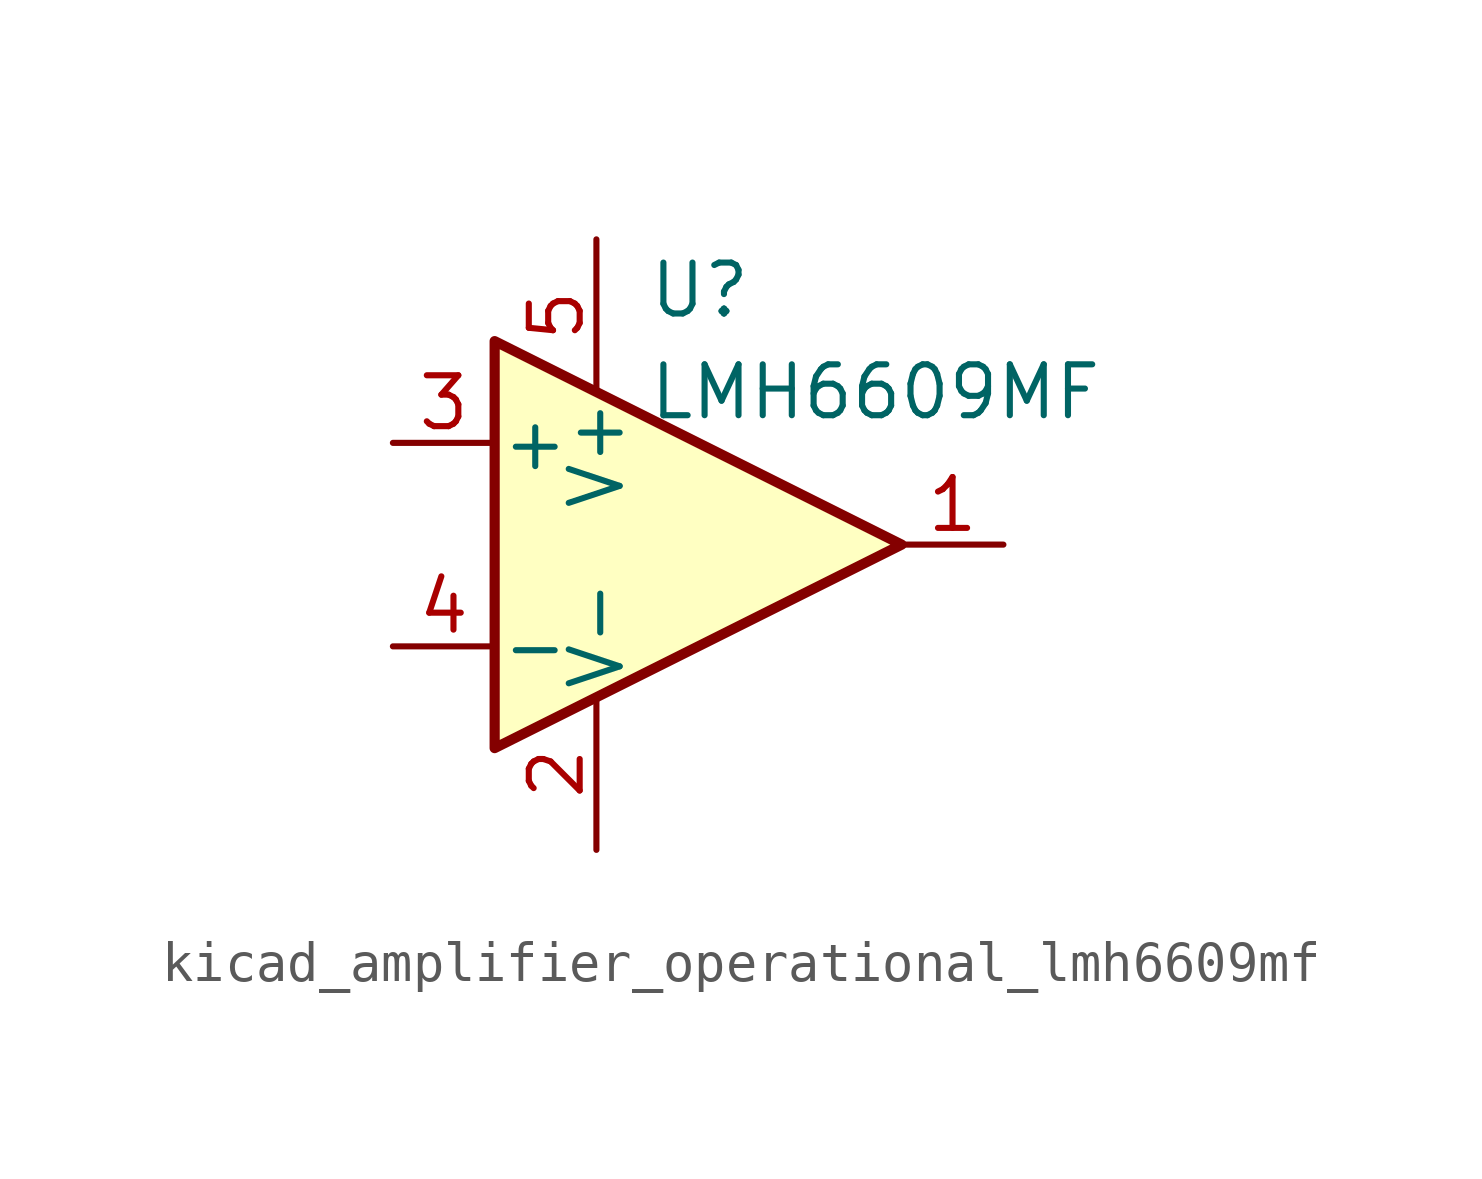
<source format=kicad_sym>
(kicad_symbol_lib
  (version 20220914)
  (generator kicad_symbol_editor)
  (symbol "kicad_amplifier_operational_lmh6609mf"
    (pin_names
      (offset 0.127))
    (property "Reference" "U"
      (at -1.27 6.35 0)
      (effects (font (size 1.27 1.27)) (justify left)))
    (property "Value" "LMH6609MF"
      (at -1.27 3.81 0)
      (effects (font (size 1.27 1.27)) (justify left)))
    (symbol "kicad_amplifier_operational_lmh6609mf_0_1"
      (polyline (pts (xy -5.08 5.08) (xy 5.08 0) (xy -5.08 -5.08) (xy -5.08 5.08)) (stroke (width 0.254) (type default)) (fill (type background)))
      (pin power_in line (at -2.54 -7.62 90) (length 3.81) (name "V-" (effects (font (size 1.27 1.27)))) (number "2" (effects (font (size 1.27 1.27)))))
      (pin power_in line (at -2.54 7.62 270) (length 3.81) (name "V+" (effects (font (size 1.27 1.27)))) (number "5" (effects (font (size 1.27 1.27))))))
    (symbol "kicad_amplifier_operational_lmh6609mf_1_1"
      (pin output line (at 7.62 0 180) (length 2.54) (name "~" (effects (font (size 1.27 1.27)))) (number "1" (effects (font (size 1.27 1.27)))))
      (pin input line (at -7.62 2.54 0) (length 2.54) (name "+" (effects (font (size 1.27 1.27)))) (number "3" (effects (font (size 1.27 1.27)))))
      (pin input line (at -7.62 -2.54 0) (length 2.54) (name "-" (effects (font (size 1.27 1.27)))) (number "4" (effects (font (size 1.27 1.27))))))))
</source>
